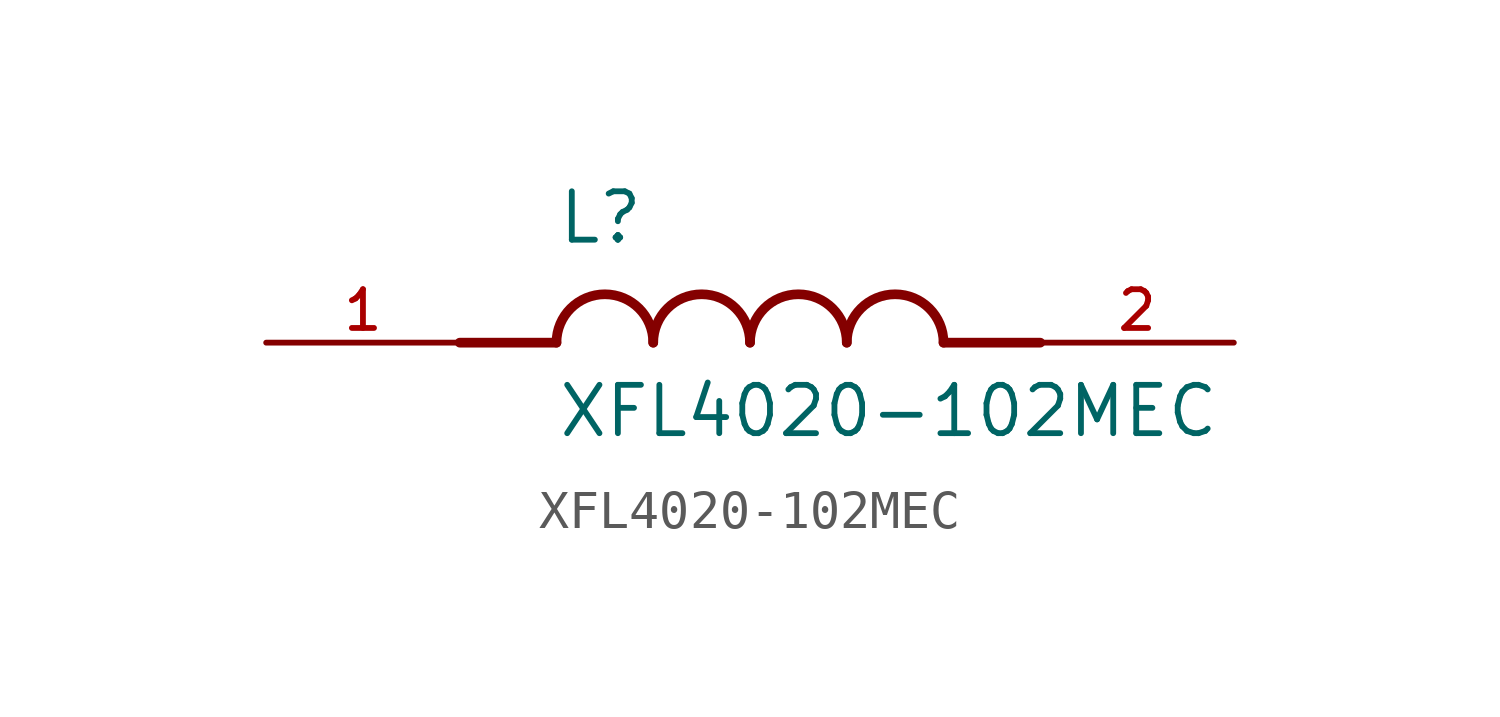
<source format=kicad_sym>
(kicad_symbol_lib
  (version 20211014)
  (generator kicad_symbol_editor)
  (symbol "XFL4020-102MEC"
    (pin_names
      (offset 1.016))
    (property "Reference" "L"
      (at -5.08 2.54 0)
      (effects (font (size 1.27 1.27)) (justify bottom left)))
    (property "Value" "XFL4020-102MEC"
      (at -5.08 -2.54 0)
      (effects (font (size 1.27 1.27)) (justify bottom left)))
    (symbol "XFL4020-102MEC_0_0"
      (polyline (pts (xy -5.08 0.0) (xy -7.62 0.0)) (stroke (width 0.254)))
      (polyline (pts (xy 5.08 0.0) (xy 7.62 0.0)) (stroke (width 0.254)))
      (arc (start -2.54 0.0) (mid -3.81 1.27) (end -5.08 0.0) (stroke (width 0.254) (type default) (color 0 0 0 0)) (fill (type none)))
      (arc (start 0.0 0.0) (mid -1.27 1.27) (end -2.54 0.0) (stroke (width 0.254) (type default) (color 0 0 0 0)) (fill (type none)))
      (arc (start 2.54 0.0) (mid 1.27 1.27) (end 0.0 0.0) (stroke (width 0.254) (type default) (color 0 0 0 0)) (fill (type none)))
      (arc (start 5.08 0.0) (mid 3.81 1.27) (end 2.54 0.0) (stroke (width 0.254) (type default) (color 0 0 0 0)) (fill (type none)))
      (pin passive line (at -12.7 0.0 0) (length 5.08) (name "~" (effects (font (size 1.016 1.016)))) (number "1" (effects (font (size 1.016 1.016)))))
      (pin passive line (at 12.7 0.0 180.0) (length 5.08) (name "~" (effects (font (size 1.016 1.016)))) (number "2" (effects (font (size 1.016 1.016))))))))
</source>
